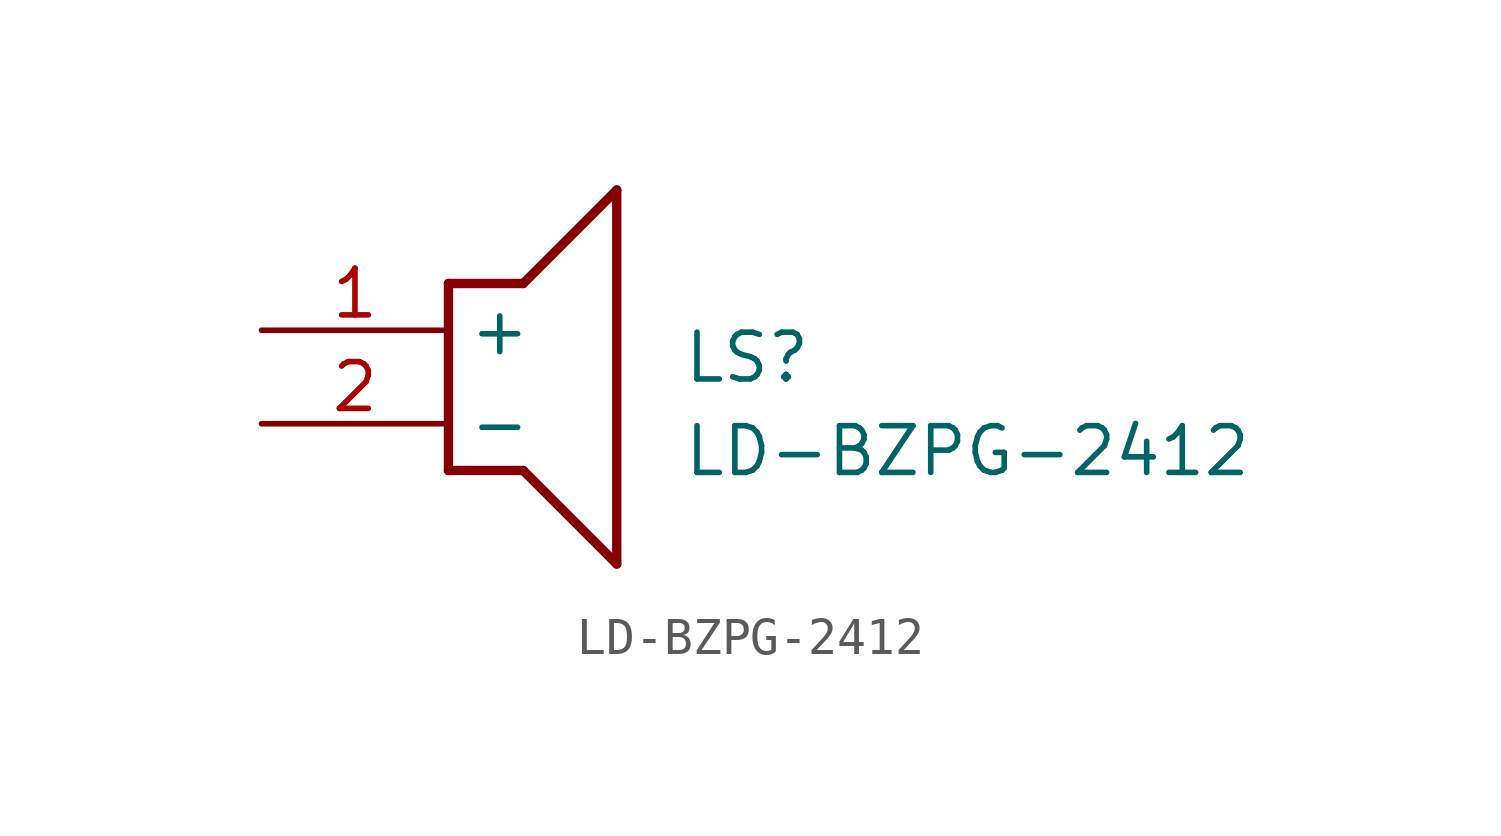
<source format=kicad_sym>
(kicad_symbol_lib
  (version 20211014)
  (generator SamacSys_ECAD_Model)
  (symbol "LD-BZPG-2412"
    (property "Reference" "LS"
      (at 11.43 0 0)
      (effects (font (size 1.27 1.27)) (justify left top)))
    (property "Value" "LD-BZPG-2412"
      (at 11.43 -2.54 0)
      (effects (font (size 1.27 1.27)) (justify left top)))
    (polyline
      (pts (xy 5.08 1.27) (xy 7.112 1.27))
      (stroke (width 0.254) (type default))
      (fill (type none)))
    (polyline
      (pts (xy 9.652 3.81) (xy 7.112 1.27))
      (stroke (width 0.254) (type default))
      (fill (type none)))
    (polyline
      (pts (xy 9.652 3.81) (xy 9.652 -6.35))
      (stroke (width 0.254) (type default))
      (fill (type none)))
    (polyline
      (pts (xy 7.112 -3.81) (xy 9.652 -6.35))
      (stroke (width 0.254) (type default))
      (fill (type none)))
    (polyline
      (pts (xy 7.112 -3.81) (xy 5.08 -3.81))
      (stroke (width 0.254) (type default))
      (fill (type none)))
    (polyline
      (pts (xy 5.08 1.27) (xy 5.08 -3.81))
      (stroke (width 0.254) (type default))
      (fill (type none)))
    (pin passive line
      (at 0 0 0)
      (length 5.08)
      (name "+" (effects (font (size 1.27 1.27))))
      (number "1" (effects (font (size 1.27 1.27)))))
    (pin passive line
      (at 0 -2.54 0)
      (length 5.08)
      (name "-" (effects (font (size 1.27 1.27))))
      (number "2" (effects (font (size 1.27 1.27)))))))
</source>
